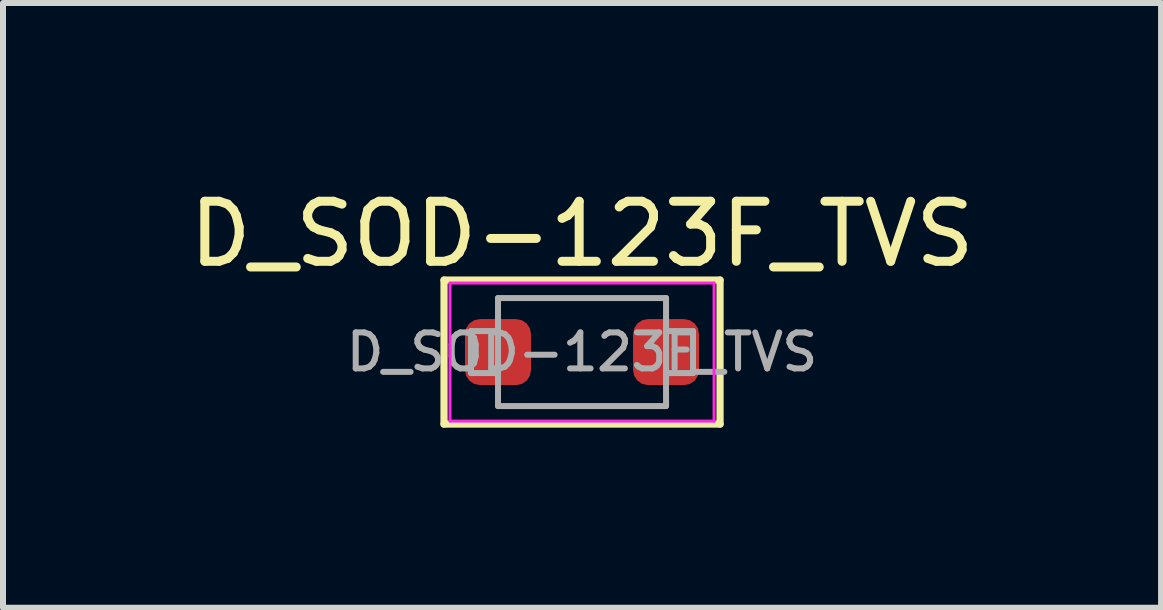
<source format=kicad_pcb>
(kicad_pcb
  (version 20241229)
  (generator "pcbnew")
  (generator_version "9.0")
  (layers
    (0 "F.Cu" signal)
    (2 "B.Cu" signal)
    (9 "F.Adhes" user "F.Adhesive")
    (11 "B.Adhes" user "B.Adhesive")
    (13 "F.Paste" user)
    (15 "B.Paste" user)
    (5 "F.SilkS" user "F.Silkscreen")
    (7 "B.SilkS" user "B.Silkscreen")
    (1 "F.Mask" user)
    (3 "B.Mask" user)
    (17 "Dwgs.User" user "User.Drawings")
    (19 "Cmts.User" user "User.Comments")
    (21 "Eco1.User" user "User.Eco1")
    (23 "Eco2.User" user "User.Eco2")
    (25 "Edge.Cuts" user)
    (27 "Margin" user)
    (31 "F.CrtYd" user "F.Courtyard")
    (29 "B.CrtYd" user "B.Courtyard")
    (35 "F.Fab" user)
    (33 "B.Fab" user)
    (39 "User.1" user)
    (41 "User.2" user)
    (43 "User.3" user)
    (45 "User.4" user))
  (footprint "D_SOD-123F_TVS"
    (layer "F.Cu")
    (at 6.649 2.817)
    (property "Reference" "D_SOD-123F_TVS" (at 0 -1.968 180) (layer "F.SilkS") (effects (font (size 1 1) (thickness 0.15))))
    (attr smd)
    (fp_line (start -2.3 -1.2) (end -2.3 1.2) (stroke (width 0.12) (type solid)) (layer "F.SilkS"))
    (fp_line (start -2.3 1.2) (end 2.3 1.2) (stroke (width 0.12) (type solid)) (layer "F.SilkS"))
    (fp_line (start 2.3 -1.2) (end -2.3 -1.2) (stroke (width 0.12) (type solid)) (layer "F.SilkS"))
    (fp_line (start 2.3 1.2) (end 2.3 -1.2) (stroke (width 0.12) (type solid)) (layer "F.SilkS"))
    (fp_line (start -2.2 -1.15) (end -2.2 1.15) (stroke (width 0.05) (type solid)) (layer "F.CrtYd"))
    (fp_line (start -2.2 -1.15) (end 2.2 -1.15) (stroke (width 0.05) (type solid)) (layer "F.CrtYd"))
    (fp_line (start 2.2 -1.15) (end 2.2 1.15) (stroke (width 0.05) (type solid)) (layer "F.CrtYd"))
    (fp_line (start 2.2 1.15) (end -2.2 1.15) (stroke (width 0.05) (type solid)) (layer "F.CrtYd"))
    (fp_line (start -1.85 -0.35) (end -1.85 0.35) (stroke (width 0.1) (type solid)) (layer "F.Fab"))
    (fp_line (start -1.85 -0.35) (end -1.4 -0.35) (stroke (width 0.1) (type solid)) (layer "F.Fab"))
    (fp_line (start -1.85 0.35) (end -1.4 0.35) (stroke (width 0.1) (type solid)) (layer "F.Fab"))
    (fp_line (start -1.4 -0.9) (end 1.4 -0.9) (stroke (width 0.1) (type solid)) (layer "F.Fab"))
    (fp_line (start -1.4 0.9) (end -1.4 -0.9) (stroke (width 0.1) (type solid)) (layer "F.Fab"))
    (fp_line (start 1.4 -0.9) (end 1.4 0.9) (stroke (width 0.1) (type solid)) (layer "F.Fab"))
    (fp_line (start 1.4 0.9) (end -1.4 0.9) (stroke (width 0.1) (type solid)) (layer "F.Fab"))
    (fp_line (start 1.85 -0.35) (end 1.4 -0.35) (stroke (width 0.1) (type solid)) (layer "F.Fab"))
    (fp_line (start 1.85 0.35) (end 1.4 0.35) (stroke (width 0.1) (type solid)) (layer "F.Fab"))
    (fp_line (start 1.85 0.35) (end 1.85 -0.35) (stroke (width 0.1) (type solid)) (layer "F.Fab"))
    (fp_text user "${REFERENCE}" (at 0 0 180) (layer "F.Fab") (effects (font (size 0.6 0.6) (thickness 0.1))))
    (pad "1" smd roundrect (at -1.4 0) (size 1.1 1.1) (layers "F.Cu" "F.Mask" "F.Paste") (roundrect_rratio 0.227))
    (pad "2" smd roundrect (at 1.4 0) (size 1.1 1.1) (layers "F.Cu" "F.Mask" "F.Paste") (roundrect_rratio 0.227)))
  (gr_rect
    (start -3 -3)
    (end 16.298 7.077)
    (stroke (width 0.1) (type default))
    (fill no)
    (layer "Edge.Cuts")))
</source>
